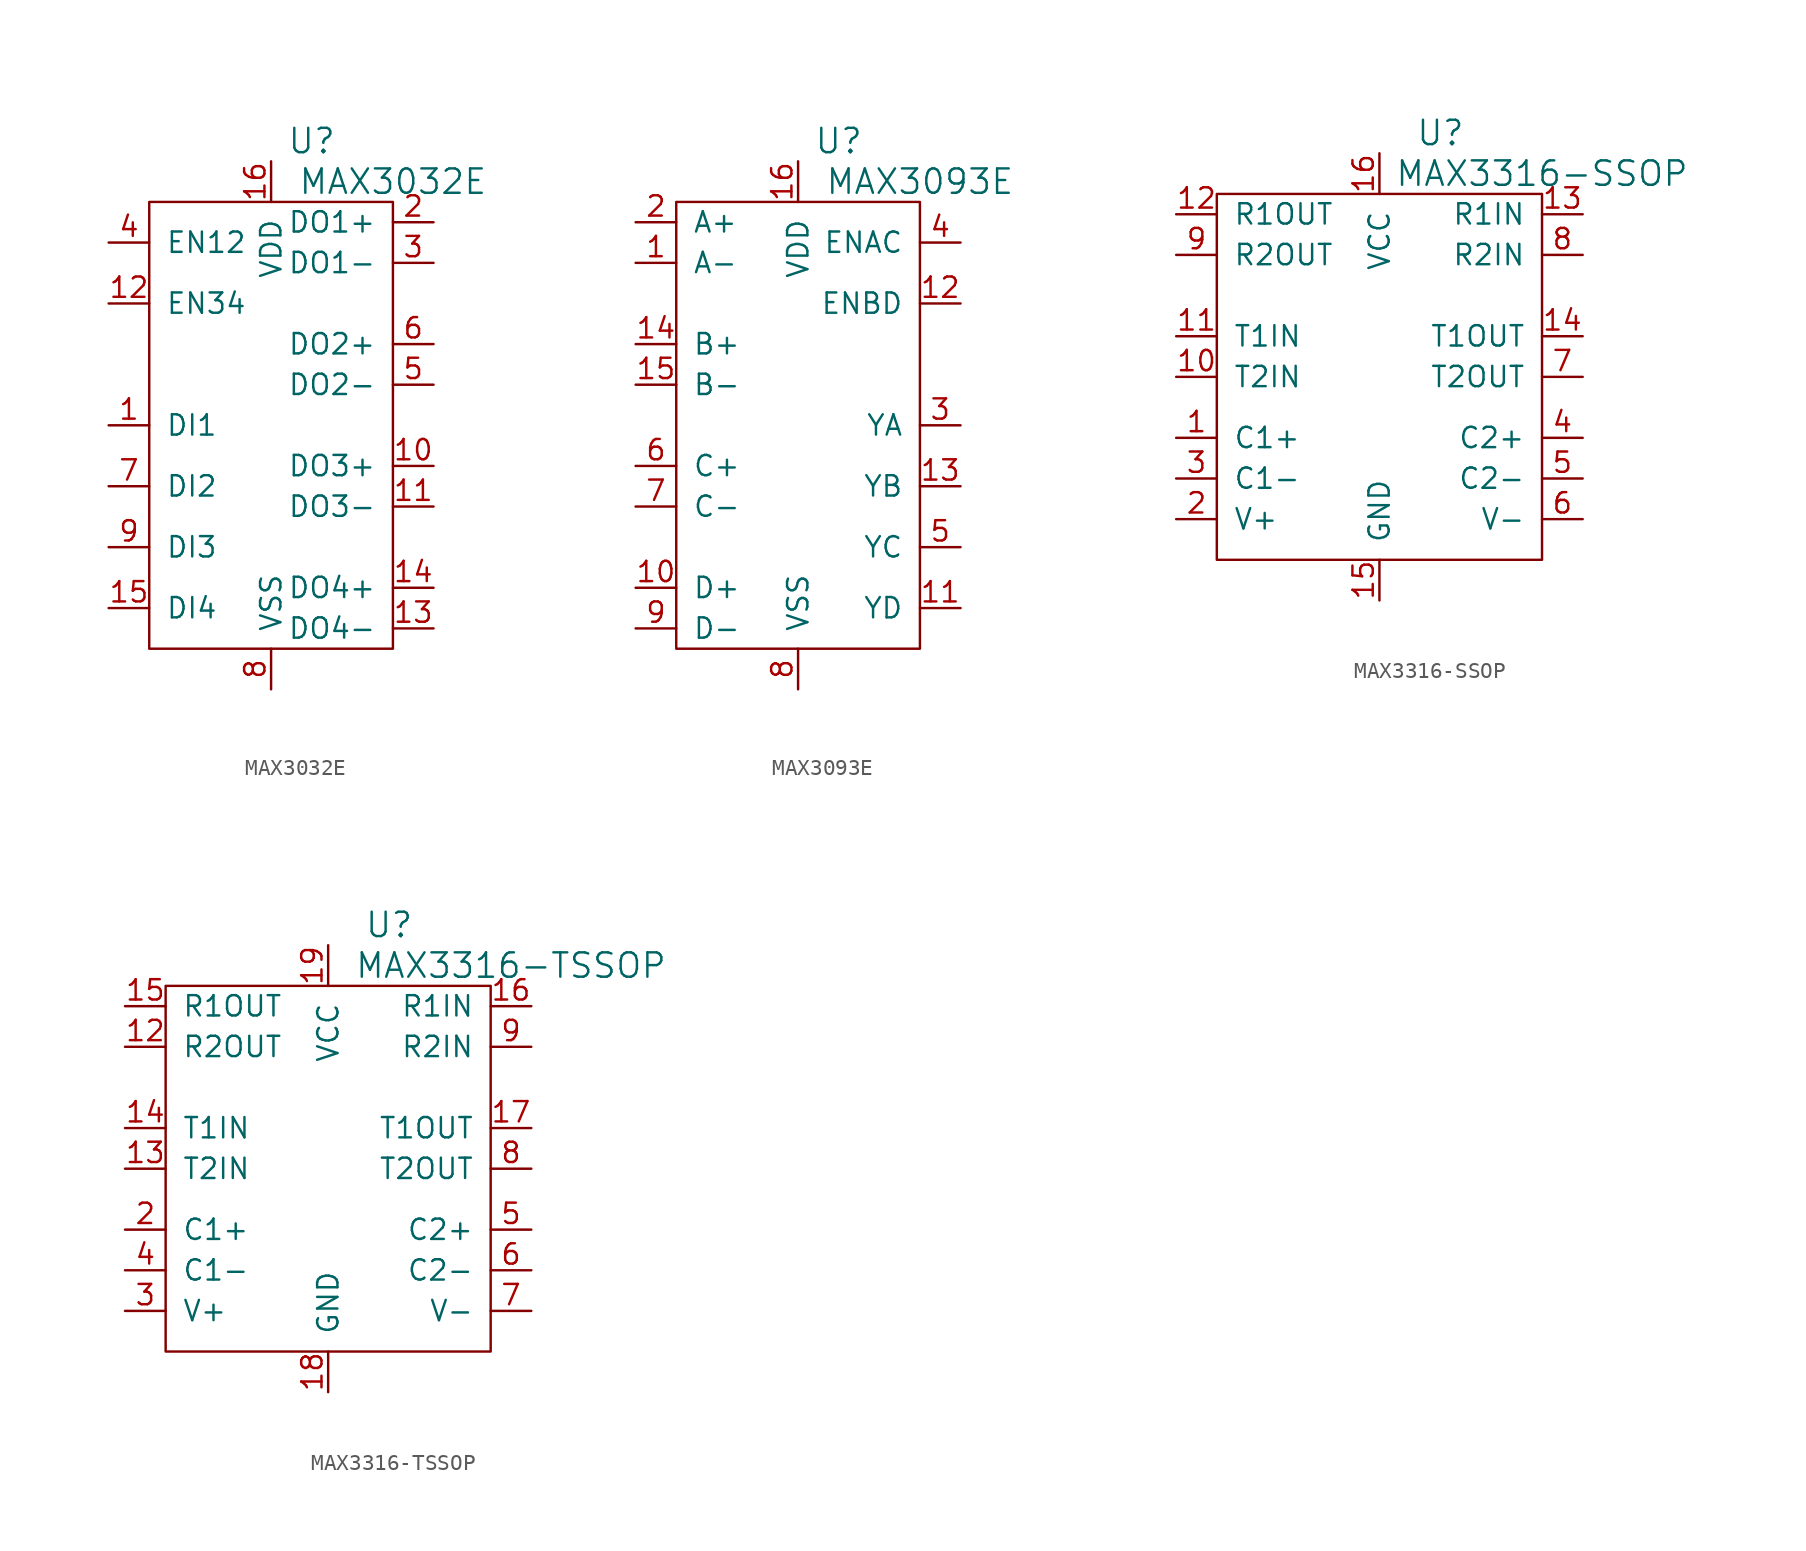
<source format=kicad_sym>
(kicad_symbol_lib
  (version 20220914)
  (generator kicad_symbol_editor)
  (symbol "MAX3032E"
    (pin_names
      (offset 1.016))
    (property "Reference" "U"
      (at 2.54 17.78 0)
      (effects (font (size 1.524 1.524))))
    (property "Value" "MAX3032E"
      (at 7.62 15.24 0)
      (effects (font (size 1.524 1.524))))
    (property "Footprint" ""
      (at 0 0 0)
      (effects (font (size 1.524 1.524))))
    (property "Datasheet" ""
      (at 0 0 0)
      (effects (font (size 1.524 1.524))))
    (symbol "MAX3032E_0_1"
      (rectangle (start 7.62 13.97) (end -7.62 -13.97) (stroke (width 0) (type solid)) (fill (type none))))
    (symbol "MAX3032E_1_1"
      (pin passive line (at -10.16 0 0) (length 2.54) (name "DI1" (effects (font (size 1.27 1.27)))) (number "1" (effects (font (size 1.27 1.27)))))
      (pin passive line (at 10.16 -2.54 180) (length 2.54) (name "DO3+" (effects (font (size 1.27 1.27)))) (number "10" (effects (font (size 1.27 1.27)))))
      (pin passive line (at 10.16 -5.08 180) (length 2.54) (name "DO3-" (effects (font (size 1.27 1.27)))) (number "11" (effects (font (size 1.27 1.27)))))
      (pin passive line (at -10.16 7.62 0) (length 2.54) (name "EN34" (effects (font (size 1.27 1.27)))) (number "12" (effects (font (size 1.27 1.27)))))
      (pin passive line (at 10.16 -12.7 180) (length 2.54) (name "DO4-" (effects (font (size 1.27 1.27)))) (number "13" (effects (font (size 1.27 1.27)))))
      (pin passive line (at 10.16 -10.16 180) (length 2.54) (name "DO4+" (effects (font (size 1.27 1.27)))) (number "14" (effects (font (size 1.27 1.27)))))
      (pin passive line (at -10.16 -11.43 0) (length 2.54) (name "DI4" (effects (font (size 1.27 1.27)))) (number "15" (effects (font (size 1.27 1.27)))))
      (pin passive line (at 0 16.51 270) (length 2.54) (name "VDD" (effects (font (size 1.27 1.27)))) (number "16" (effects (font (size 1.27 1.27)))))
      (pin passive line (at 10.16 12.7 180) (length 2.54) (name "DO1+" (effects (font (size 1.27 1.27)))) (number "2" (effects (font (size 1.27 1.27)))))
      (pin passive line (at 10.16 10.16 180) (length 2.54) (name "DO1-" (effects (font (size 1.27 1.27)))) (number "3" (effects (font (size 1.27 1.27)))))
      (pin passive line (at -10.16 11.43 0) (length 2.54) (name "EN12" (effects (font (size 1.27 1.27)))) (number "4" (effects (font (size 1.27 1.27)))))
      (pin passive line (at 10.16 2.54 180) (length 2.54) (name "DO2-" (effects (font (size 1.27 1.27)))) (number "5" (effects (font (size 1.27 1.27)))))
      (pin passive line (at 10.16 5.08 180) (length 2.54) (name "DO2+" (effects (font (size 1.27 1.27)))) (number "6" (effects (font (size 1.27 1.27)))))
      (pin passive line (at -10.16 -3.81 0) (length 2.54) (name "DI2" (effects (font (size 1.27 1.27)))) (number "7" (effects (font (size 1.27 1.27)))))
      (pin passive line (at 0 -16.51 90) (length 2.54) (name "VSS" (effects (font (size 1.27 1.27)))) (number "8" (effects (font (size 1.27 1.27)))))
      (pin passive line (at -10.16 -7.62 0) (length 2.54) (name "DI3" (effects (font (size 1.27 1.27)))) (number "9" (effects (font (size 1.27 1.27)))))))
  (symbol "MAX3093E"
    (pin_names
      (offset 1.016))
    (property "Reference" "U"
      (at 2.54 17.78 0)
      (effects (font (size 1.524 1.524))))
    (property "Value" "MAX3093E"
      (at 7.62 15.24 0)
      (effects (font (size 1.524 1.524))))
    (property "Footprint" ""
      (at 0 0 0)
      (effects (font (size 1.524 1.524))))
    (property "Datasheet" ""
      (at 0 0 0)
      (effects (font (size 1.524 1.524))))
    (symbol "MAX3093E_0_1"
      (rectangle (start 7.62 13.97) (end -7.62 -13.97) (stroke (width 0) (type solid)) (fill (type none))))
    (symbol "MAX3093E_1_1"
      (pin passive line (at -10.16 10.16 0) (length 2.54) (name "A-" (effects (font (size 1.27 1.27)))) (number "1" (effects (font (size 1.27 1.27)))))
      (pin passive line (at -10.16 -10.16 0) (length 2.54) (name "D+" (effects (font (size 1.27 1.27)))) (number "10" (effects (font (size 1.27 1.27)))))
      (pin passive line (at 10.16 -11.43 180) (length 2.54) (name "YD" (effects (font (size 1.27 1.27)))) (number "11" (effects (font (size 1.27 1.27)))))
      (pin passive line (at 10.16 7.62 180) (length 2.54) (name "ENBD" (effects (font (size 1.27 1.27)))) (number "12" (effects (font (size 1.27 1.27)))))
      (pin passive line (at 10.16 -3.81 180) (length 2.54) (name "YB" (effects (font (size 1.27 1.27)))) (number "13" (effects (font (size 1.27 1.27)))))
      (pin passive line (at -10.16 5.08 0) (length 2.54) (name "B+" (effects (font (size 1.27 1.27)))) (number "14" (effects (font (size 1.27 1.27)))))
      (pin passive line (at -10.16 2.54 0) (length 2.54) (name "B-" (effects (font (size 1.27 1.27)))) (number "15" (effects (font (size 1.27 1.27)))))
      (pin passive line (at 0 16.51 270) (length 2.54) (name "VDD" (effects (font (size 1.27 1.27)))) (number "16" (effects (font (size 1.27 1.27)))))
      (pin passive line (at -10.16 12.7 0) (length 2.54) (name "A+" (effects (font (size 1.27 1.27)))) (number "2" (effects (font (size 1.27 1.27)))))
      (pin passive line (at 10.16 0 180) (length 2.54) (name "YA" (effects (font (size 1.27 1.27)))) (number "3" (effects (font (size 1.27 1.27)))))
      (pin passive line (at 10.16 11.43 180) (length 2.54) (name "ENAC" (effects (font (size 1.27 1.27)))) (number "4" (effects (font (size 1.27 1.27)))))
      (pin passive line (at 10.16 -7.62 180) (length 2.54) (name "YC" (effects (font (size 1.27 1.27)))) (number "5" (effects (font (size 1.27 1.27)))))
      (pin passive line (at -10.16 -2.54 0) (length 2.54) (name "C+" (effects (font (size 1.27 1.27)))) (number "6" (effects (font (size 1.27 1.27)))))
      (pin passive line (at -10.16 -5.08 0) (length 2.54) (name "C-" (effects (font (size 1.27 1.27)))) (number "7" (effects (font (size 1.27 1.27)))))
      (pin passive line (at 0 -16.51 90) (length 2.54) (name "VSS" (effects (font (size 1.27 1.27)))) (number "8" (effects (font (size 1.27 1.27)))))
      (pin passive line (at -10.16 -12.7 0) (length 2.54) (name "D-" (effects (font (size 1.27 1.27)))) (number "9" (effects (font (size 1.27 1.27)))))))
  (symbol "MAX3316-SSOP"
    (pin_names
      (offset 1.016))
    (property "Reference" "U"
      (at 3.81 15.24 0)
      (effects (font (size 1.524 1.524))))
    (property "Value" "MAX3316-SSOP"
      (at 10.16 12.7 0)
      (effects (font (size 1.524 1.524))))
    (property "Footprint" ""
      (at 0 0 0)
      (effects (font (size 1.524 1.524))))
    (property "Datasheet" ""
      (at 0 0 0)
      (effects (font (size 1.524 1.524))))
    (symbol "MAX3316-SSOP_0_1"
      (rectangle (start 10.16 11.43) (end -10.16 -11.43) (stroke (width 0) (type solid)) (fill (type none))))
    (symbol "MAX3316-SSOP_1_1"
      (pin passive line (at -12.7 -3.81 0) (length 2.54) (name "C1+" (effects (font (size 1.27 1.27)))) (number "1" (effects (font (size 1.27 1.27)))))
      (pin passive line (at -12.7 0 0) (length 2.54) (name "T2IN" (effects (font (size 1.27 1.27)))) (number "10" (effects (font (size 1.27 1.27)))))
      (pin passive line (at -12.7 2.54 0) (length 2.54) (name "T1IN" (effects (font (size 1.27 1.27)))) (number "11" (effects (font (size 1.27 1.27)))))
      (pin passive line (at -12.7 10.16 0) (length 2.54) (name "R1OUT" (effects (font (size 1.27 1.27)))) (number "12" (effects (font (size 1.27 1.27)))))
      (pin passive line (at 12.7 10.16 180) (length 2.54) (name "R1IN" (effects (font (size 1.27 1.27)))) (number "13" (effects (font (size 1.27 1.27)))))
      (pin passive line (at 12.7 2.54 180) (length 2.54) (name "T1OUT" (effects (font (size 1.27 1.27)))) (number "14" (effects (font (size 1.27 1.27)))))
      (pin passive line (at 0 -13.97 90) (length 2.54) (name "GND" (effects (font (size 1.27 1.27)))) (number "15" (effects (font (size 1.27 1.27)))))
      (pin passive line (at 0 13.97 270) (length 2.54) (name "VCC" (effects (font (size 1.27 1.27)))) (number "16" (effects (font (size 1.27 1.27)))))
      (pin passive line (at -12.7 -8.89 0) (length 2.54) (name "V+" (effects (font (size 1.27 1.27)))) (number "2" (effects (font (size 1.27 1.27)))))
      (pin passive line (at -12.7 -6.35 0) (length 2.54) (name "C1-" (effects (font (size 1.27 1.27)))) (number "3" (effects (font (size 1.27 1.27)))))
      (pin passive line (at 12.7 -3.81 180) (length 2.54) (name "C2+" (effects (font (size 1.27 1.27)))) (number "4" (effects (font (size 1.27 1.27)))))
      (pin passive line (at 12.7 -6.35 180) (length 2.54) (name "C2-" (effects (font (size 1.27 1.27)))) (number "5" (effects (font (size 1.27 1.27)))))
      (pin passive line (at 12.7 -8.89 180) (length 2.54) (name "V-" (effects (font (size 1.27 1.27)))) (number "6" (effects (font (size 1.27 1.27)))))
      (pin passive line (at 12.7 0 180) (length 2.54) (name "T2OUT" (effects (font (size 1.27 1.27)))) (number "7" (effects (font (size 1.27 1.27)))))
      (pin passive line (at 12.7 7.62 180) (length 2.54) (name "R2IN" (effects (font (size 1.27 1.27)))) (number "8" (effects (font (size 1.27 1.27)))))
      (pin passive line (at -12.7 7.62 0) (length 2.54) (name "R2OUT" (effects (font (size 1.27 1.27)))) (number "9" (effects (font (size 1.27 1.27)))))))
  (symbol "MAX3316-TSSOP"
    (pin_names
      (offset 1.016))
    (property "Reference" "U"
      (at 3.81 15.24 0)
      (effects (font (size 1.524 1.524))))
    (property "Value" "MAX3316-TSSOP"
      (at 11.43 12.7 0)
      (effects (font (size 1.524 1.524))))
    (property "Footprint" ""
      (at 0 0 0)
      (effects (font (size 1.524 1.524))))
    (property "Datasheet" ""
      (at 0 0 0)
      (effects (font (size 1.524 1.524))))
    (symbol "MAX3316-TSSOP_0_1"
      (rectangle (start 10.16 11.43) (end -10.16 -11.43) (stroke (width 0) (type solid)) (fill (type none))))
    (symbol "MAX3316-TSSOP_1_1"
      (pin passive line (at -12.7 7.62 0) (length 2.54) (name "R2OUT" (effects (font (size 1.27 1.27)))) (number "12" (effects (font (size 1.27 1.27)))))
      (pin passive line (at -12.7 0 0) (length 2.54) (name "T2IN" (effects (font (size 1.27 1.27)))) (number "13" (effects (font (size 1.27 1.27)))))
      (pin passive line (at -12.7 2.54 0) (length 2.54) (name "T1IN" (effects (font (size 1.27 1.27)))) (number "14" (effects (font (size 1.27 1.27)))))
      (pin passive line (at -12.7 10.16 0) (length 2.54) (name "R1OUT" (effects (font (size 1.27 1.27)))) (number "15" (effects (font (size 1.27 1.27)))))
      (pin passive line (at 12.7 10.16 180) (length 2.54) (name "R1IN" (effects (font (size 1.27 1.27)))) (number "16" (effects (font (size 1.27 1.27)))))
      (pin passive line (at 12.7 2.54 180) (length 2.54) (name "T1OUT" (effects (font (size 1.27 1.27)))) (number "17" (effects (font (size 1.27 1.27)))))
      (pin passive line (at 0 -13.97 90) (length 2.54) (name "GND" (effects (font (size 1.27 1.27)))) (number "18" (effects (font (size 1.27 1.27)))))
      (pin passive line (at 0 13.97 270) (length 2.54) (name "VCC" (effects (font (size 1.27 1.27)))) (number "19" (effects (font (size 1.27 1.27)))))
      (pin passive line (at -12.7 -3.81 0) (length 2.54) (name "C1+" (effects (font (size 1.27 1.27)))) (number "2" (effects (font (size 1.27 1.27)))))
      (pin passive line (at -12.7 -8.89 0) (length 2.54) (name "V+" (effects (font (size 1.27 1.27)))) (number "3" (effects (font (size 1.27 1.27)))))
      (pin passive line (at -12.7 -6.35 0) (length 2.54) (name "C1-" (effects (font (size 1.27 1.27)))) (number "4" (effects (font (size 1.27 1.27)))))
      (pin passive line (at 12.7 -3.81 180) (length 2.54) (name "C2+" (effects (font (size 1.27 1.27)))) (number "5" (effects (font (size 1.27 1.27)))))
      (pin passive line (at 12.7 -6.35 180) (length 2.54) (name "C2-" (effects (font (size 1.27 1.27)))) (number "6" (effects (font (size 1.27 1.27)))))
      (pin passive line (at 12.7 -8.89 180) (length 2.54) (name "V-" (effects (font (size 1.27 1.27)))) (number "7" (effects (font (size 1.27 1.27)))))
      (pin passive line (at 12.7 0 180) (length 2.54) (name "T2OUT" (effects (font (size 1.27 1.27)))) (number "8" (effects (font (size 1.27 1.27)))))
      (pin passive line (at 12.7 7.62 180) (length 2.54) (name "R2IN" (effects (font (size 1.27 1.27)))) (number "9" (effects (font (size 1.27 1.27))))))))
</source>
